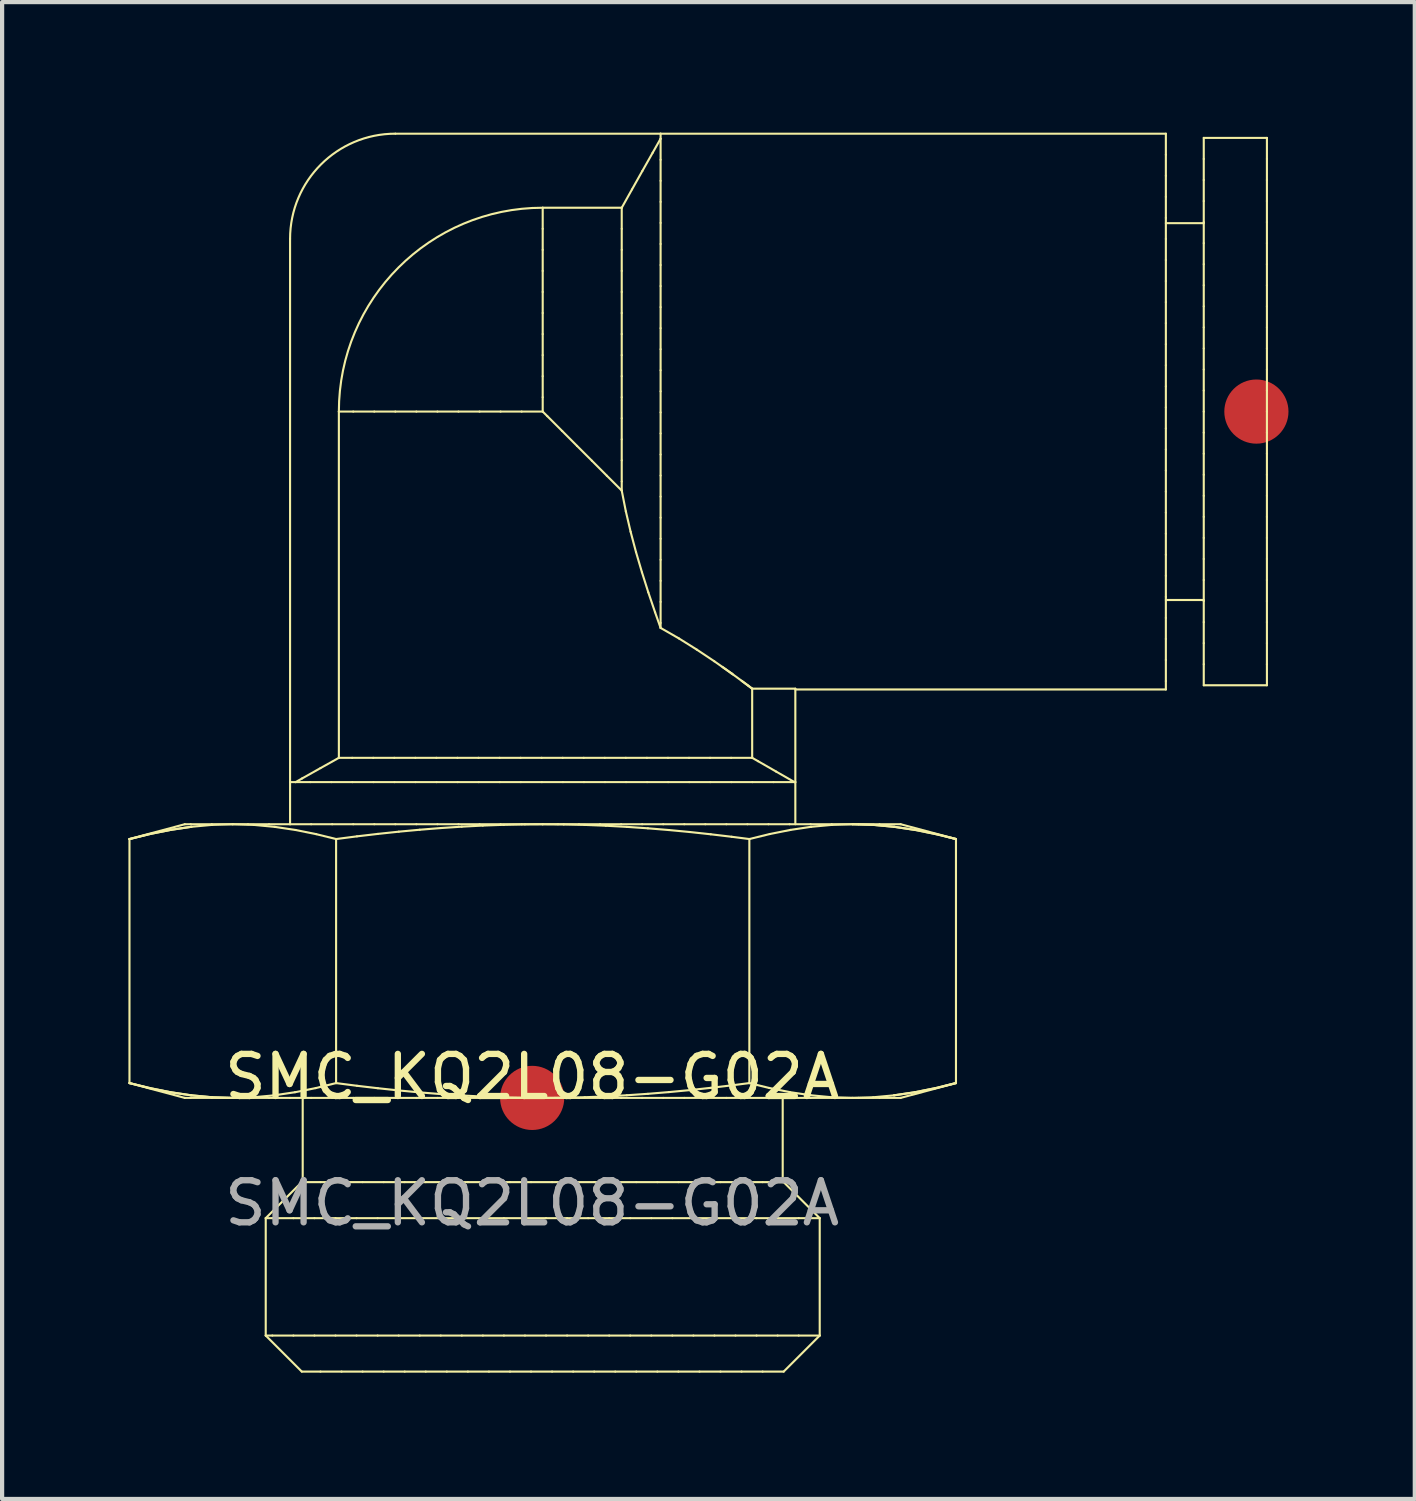
<source format=kicad_pcb>
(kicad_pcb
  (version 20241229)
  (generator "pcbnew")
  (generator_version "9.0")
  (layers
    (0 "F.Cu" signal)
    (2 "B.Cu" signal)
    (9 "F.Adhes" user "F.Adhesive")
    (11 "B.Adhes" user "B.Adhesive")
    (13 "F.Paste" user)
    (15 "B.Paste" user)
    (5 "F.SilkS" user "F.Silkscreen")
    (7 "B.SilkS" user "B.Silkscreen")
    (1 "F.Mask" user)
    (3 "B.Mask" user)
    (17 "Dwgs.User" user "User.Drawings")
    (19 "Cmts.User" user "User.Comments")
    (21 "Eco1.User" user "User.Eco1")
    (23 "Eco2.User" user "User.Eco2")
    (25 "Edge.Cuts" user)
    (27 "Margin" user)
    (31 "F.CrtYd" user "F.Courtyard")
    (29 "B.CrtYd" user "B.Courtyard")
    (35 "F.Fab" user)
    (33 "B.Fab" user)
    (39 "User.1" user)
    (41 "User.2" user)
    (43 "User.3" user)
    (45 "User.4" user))
  (footprint "SMC_KQ2L08-G02A"
    (layer "F.Cu")
    (at 9.589 23.025)
    (property "Reference" "SMC_KQ2L08-G02A" (at 0 -0.5 0) (unlocked yes) (layer "F.SilkS") (effects (font (size 1 1) (thickness 0.15))))
    (fp_line (start -9.564 -6.148) (end -9.564 -0.352) (stroke (width 0.05) (type solid)) (layer "F.SilkS"))
    (fp_line (start -9.564 -6.148) (end -9.079 -6.267) (stroke (width 0.05) (type solid)) (layer "F.SilkS"))
    (fp_line (start -9.564 -0.352) (end -9.079 -0.233) (stroke (width 0.05) (type solid)) (layer "F.SilkS"))
    (fp_line (start -9.562 -6.148) (end -9.564 -6.148) (stroke (width 0.05) (type solid)) (layer "F.SilkS"))
    (fp_line (start -9.093 -0.236) (end -9.564 -0.352) (stroke (width 0.05) (type solid)) (layer "F.SilkS"))
    (fp_line (start -9.079 -6.267) (end -8.589 -6.365) (stroke (width 0.05) (type solid)) (layer "F.SilkS"))
    (fp_line (start -9.079 -0.233) (end -8.589 -0.135) (stroke (width 0.05) (type solid)) (layer "F.SilkS"))
    (fp_line (start -9.077 -6.268) (end -9.562 -6.148) (stroke (width 0.05) (type solid)) (layer "F.SilkS"))
    (fp_line (start -8.603 -0.137) (end -9.093 -0.236) (stroke (width 0.05) (type solid)) (layer "F.SilkS"))
    (fp_line (start -8.589 -6.365) (end -8.094 -6.439) (stroke (width 0.05) (type solid)) (layer "F.SilkS"))
    (fp_line (start -8.589 -0.135) (end -8.094 -0.061) (stroke (width 0.05) (type solid)) (layer "F.SilkS"))
    (fp_line (start -8.587 -6.366) (end -9.077 -6.268) (stroke (width 0.05) (type solid)) (layer "F.SilkS"))
    (fp_line (start -8.25 -6.5) (end -9.564 -6.148) (stroke (width 0.05) (type solid)) (layer "F.SilkS"))
    (fp_line (start -8.25 0) (end -9.564 -0.352) (stroke (width 0.05) (type solid)) (layer "F.SilkS"))
    (fp_line (start -8.111 -6.5) (end -8.25 -6.5) (stroke (width 0.05) (type solid)) (layer "F.SilkS"))
    (fp_line (start -8.111 0) (end -8.25 0) (stroke (width 0.05) (type solid)) (layer "F.SilkS"))
    (fp_line (start -8.108 -0.063) (end -8.603 -0.137) (stroke (width 0.05) (type solid)) (layer "F.SilkS"))
    (fp_line (start -8.094 -6.439) (end -7.596 -6.485) (stroke (width 0.05) (type solid)) (layer "F.SilkS"))
    (fp_line (start -8.094 -0.061) (end -7.596 -0.015) (stroke (width 0.05) (type solid)) (layer "F.SilkS"))
    (fp_line (start -8.092 -6.439) (end -8.587 -6.366) (stroke (width 0.05) (type solid)) (layer "F.SilkS"))
    (fp_line (start -7.611 -6.5) (end -8.111 -6.5) (stroke (width 0.05) (type solid)) (layer "F.SilkS"))
    (fp_line (start -7.611 0) (end -8.111 0) (stroke (width 0.05) (type solid)) (layer "F.SilkS"))
    (fp_line (start -7.61 -0.016) (end -8.108 -0.063) (stroke (width 0.05) (type solid)) (layer "F.SilkS"))
    (fp_line (start -7.596 -6.485) (end -7.111 -6.5) (stroke (width 0.05) (type solid)) (layer "F.SilkS"))
    (fp_line (start -7.596 -0.015) (end -7.111 0) (stroke (width 0.05) (type solid)) (layer "F.SilkS"))
    (fp_line (start -7.111 -6.5) (end -7.611 -6.5) (stroke (width 0.05) (type solid)) (layer "F.SilkS"))
    (fp_line (start -7.111 -6.5) (end -6.611 -6.484) (stroke (width 0.05) (type solid)) (layer "F.SilkS"))
    (fp_line (start -7.111 0) (end -7.611 0) (stroke (width 0.05) (type solid)) (layer "F.SilkS"))
    (fp_line (start -7.111 0) (end -7.61 -0.016) (stroke (width 0.05) (type solid)) (layer "F.SilkS"))
    (fp_line (start -6.75 -6.5) (end -7.111 -6.5) (stroke (width 0.05) (type solid)) (layer "F.SilkS"))
    (fp_line (start -6.75 0) (end -7.111 0) (stroke (width 0.05) (type solid)) (layer "F.SilkS"))
    (fp_line (start -6.625 -0.015) (end -7.111 0) (stroke (width 0.05) (type solid)) (layer "F.SilkS"))
    (fp_line (start -6.611 -6.484) (end -6.113 -6.437) (stroke (width 0.05) (type solid)) (layer "F.SilkS"))
    (fp_line (start -6.328 5.644) (end -6.328 2.856) (stroke (width 0.05) (type solid)) (layer "F.SilkS"))
    (fp_line (start -6.25 -6.5) (end -6.75 -6.5) (stroke (width 0.05) (type solid)) (layer "F.SilkS"))
    (fp_line (start -6.25 0) (end -6.75 0) (stroke (width 0.05) (type solid)) (layer "F.SilkS"))
    (fp_line (start -6.171 2.856) (end -6.328 2.856) (stroke (width 0.05) (type solid)) (layer "F.SilkS"))
    (fp_line (start -6.171 5.644) (end -6.328 5.644) (stroke (width 0.05) (type solid)) (layer "F.SilkS"))
    (fp_line (start -6.127 -0.061) (end -6.625 -0.015) (stroke (width 0.05) (type solid)) (layer "F.SilkS"))
    (fp_line (start -6.113 -6.437) (end -5.619 -6.363) (stroke (width 0.05) (type solid)) (layer "F.SilkS"))
    (fp_line (start -5.75 -20.4) (end -5.75 -7.5) (stroke (width 0.05) (type solid)) (layer "F.SilkS"))
    (fp_line (start -5.75 -7.5) (end -5.618 -7.5) (stroke (width 0.05) (type solid)) (layer "F.SilkS"))
    (fp_line (start -5.75 -6.5) (end -6.25 -6.5) (stroke (width 0.05) (type solid)) (layer "F.SilkS"))
    (fp_line (start -5.75 -6.5) (end -5.75 -7.5) (stroke (width 0.05) (type solid)) (layer "F.SilkS"))
    (fp_line (start -5.75 0) (end -6.25 0) (stroke (width 0.05) (type solid)) (layer "F.SilkS"))
    (fp_line (start -5.671 2.856) (end -6.171 2.856) (stroke (width 0.05) (type solid)) (layer "F.SilkS"))
    (fp_line (start -5.671 5.644) (end -6.171 5.644) (stroke (width 0.05) (type solid)) (layer "F.SilkS"))
    (fp_line (start -5.633 -0.135) (end -6.127 -0.061) (stroke (width 0.05) (type solid)) (layer "F.SilkS"))
    (fp_line (start -5.619 -6.363) (end -5.129 -6.264) (stroke (width 0.05) (type solid)) (layer "F.SilkS"))
    (fp_line (start -5.472 2) (end -6.328 2.856) (stroke (width 0.05) (type solid)) (layer "F.SilkS"))
    (fp_line (start -5.472 6.5) (end -6.328 5.644) (stroke (width 0.05) (type solid)) (layer "F.SilkS"))
    (fp_line (start -5.463 -7.588) (end -5.618 -7.5) (stroke (width 0.05) (type solid)) (layer "F.SilkS"))
    (fp_line (start -5.45 2) (end -5.45 0) (stroke (width 0.05) (type solid)) (layer "F.SilkS"))
    (fp_line (start -5.27 -7.5) (end -5.618 -7.5) (stroke (width 0.05) (type solid)) (layer "F.SilkS"))
    (fp_line (start -5.25 -6.5) (end -5.75 -6.5) (stroke (width 0.05) (type solid)) (layer "F.SilkS"))
    (fp_line (start -5.25 0) (end -5.75 0) (stroke (width 0.05) (type solid)) (layer "F.SilkS"))
    (fp_line (start -5.171 2.856) (end -5.671 2.856) (stroke (width 0.05) (type solid)) (layer "F.SilkS"))
    (fp_line (start -5.171 5.644) (end -5.671 5.644) (stroke (width 0.05) (type solid)) (layer "F.SilkS"))
    (fp_line (start -5.142 -0.233) (end -5.633 -0.135) (stroke (width 0.05) (type solid)) (layer "F.SilkS"))
    (fp_line (start -5.129 -6.264) (end -4.657 -6.148) (stroke (width 0.05) (type solid)) (layer "F.SilkS"))
    (fp_line (start -5.027 -7.833) (end -5.463 -7.588) (stroke (width 0.05) (type solid)) (layer "F.SilkS"))
    (fp_line (start -5.027 2) (end -5.472 2) (stroke (width 0.05) (type solid)) (layer "F.SilkS"))
    (fp_line (start -5.027 6.5) (end -5.472 6.5) (stroke (width 0.05) (type solid)) (layer "F.SilkS"))
    (fp_line (start -4.77 -7.5) (end -5.27 -7.5) (stroke (width 0.05) (type solid)) (layer "F.SilkS"))
    (fp_line (start -4.75 -6.5) (end -5.25 -6.5) (stroke (width 0.05) (type solid)) (layer "F.SilkS"))
    (fp_line (start -4.75 0) (end -5.25 0) (stroke (width 0.05) (type solid)) (layer "F.SilkS"))
    (fp_line (start -4.671 2.856) (end -5.171 2.856) (stroke (width 0.05) (type solid)) (layer "F.SilkS"))
    (fp_line (start -4.671 5.644) (end -5.171 5.644) (stroke (width 0.05) (type solid)) (layer "F.SilkS"))
    (fp_line (start -4.657 -6.148) (end -4.657 -0.352) (stroke (width 0.05) (type solid)) (layer "F.SilkS"))
    (fp_line (start -4.657 -6.148) (end -4.161 -6.212) (stroke (width 0.05) (type solid)) (layer "F.SilkS"))
    (fp_line (start -4.657 -0.352) (end -5.142 -0.233) (stroke (width 0.05) (type solid)) (layer "F.SilkS"))
    (fp_line (start -4.657 -0.352) (end -4.161 -0.288) (stroke (width 0.05) (type solid)) (layer "F.SilkS"))
    (fp_line (start -4.591 -16.3) (end -4.591 -8.077) (stroke (width 0.05) (type solid)) (layer "F.SilkS"))
    (fp_line (start -4.591 -8.077) (end -5.027 -7.833) (stroke (width 0.05) (type solid)) (layer "F.SilkS"))
    (fp_line (start -4.527 2) (end -5.027 2) (stroke (width 0.05) (type solid)) (layer "F.SilkS"))
    (fp_line (start -4.527 6.5) (end -5.027 6.5) (stroke (width 0.05) (type solid)) (layer "F.SilkS"))
    (fp_line (start -4.275 -8.077) (end -4.591 -8.077) (stroke (width 0.05) (type solid)) (layer "F.SilkS"))
    (fp_line (start -4.27 -7.5) (end -4.77 -7.5) (stroke (width 0.05) (type solid)) (layer "F.SilkS"))
    (fp_line (start -4.25 -16.3) (end -4.591 -16.3) (stroke (width 0.05) (type solid)) (layer "F.SilkS"))
    (fp_line (start -4.25 -6.5) (end -4.75 -6.5) (stroke (width 0.05) (type solid)) (layer "F.SilkS"))
    (fp_line (start -4.25 0) (end -4.75 0) (stroke (width 0.05) (type solid)) (layer "F.SilkS"))
    (fp_line (start -4.171 2.856) (end -4.671 2.856) (stroke (width 0.05) (type solid)) (layer "F.SilkS"))
    (fp_line (start -4.171 5.644) (end -4.671 5.644) (stroke (width 0.05) (type solid)) (layer "F.SilkS"))
    (fp_line (start -4.161 -6.212) (end -3.665 -6.27) (stroke (width 0.05) (type solid)) (layer "F.SilkS"))
    (fp_line (start -4.161 -0.288) (end -3.665 -0.23) (stroke (width 0.05) (type solid)) (layer "F.SilkS"))
    (fp_line (start -4.027 2) (end -4.527 2) (stroke (width 0.05) (type solid)) (layer "F.SilkS"))
    (fp_line (start -4.027 6.5) (end -4.527 6.5) (stroke (width 0.05) (type solid)) (layer "F.SilkS"))
    (fp_line (start -3.775 -8.077) (end -4.275 -8.077) (stroke (width 0.05) (type solid)) (layer "F.SilkS"))
    (fp_line (start -3.77 -7.5) (end -4.27 -7.5) (stroke (width 0.05) (type solid)) (layer "F.SilkS"))
    (fp_line (start -3.75 -16.3) (end -4.25 -16.3) (stroke (width 0.05) (type solid)) (layer "F.SilkS"))
    (fp_line (start -3.75 -6.5) (end -4.25 -6.5) (stroke (width 0.05) (type solid)) (layer "F.SilkS"))
    (fp_line (start -3.75 0) (end -4.25 0) (stroke (width 0.05) (type solid)) (layer "F.SilkS"))
    (fp_line (start -3.671 2.856) (end -4.171 2.856) (stroke (width 0.05) (type solid)) (layer "F.SilkS"))
    (fp_line (start -3.671 5.644) (end -4.171 5.644) (stroke (width 0.05) (type solid)) (layer "F.SilkS"))
    (fp_line (start -3.665 -6.27) (end -3.167 -6.323) (stroke (width 0.05) (type solid)) (layer "F.SilkS"))
    (fp_line (start -3.665 -0.23) (end -3.167 -0.177) (stroke (width 0.05) (type solid)) (layer "F.SilkS"))
    (fp_line (start -3.527 2) (end -4.027 2) (stroke (width 0.05) (type solid)) (layer "F.SilkS"))
    (fp_line (start -3.527 6.5) (end -4.027 6.5) (stroke (width 0.05) (type solid)) (layer "F.SilkS"))
    (fp_line (start -3.275 -8.077) (end -3.775 -8.077) (stroke (width 0.05) (type solid)) (layer "F.SilkS"))
    (fp_line (start -3.27 -7.5) (end -3.77 -7.5) (stroke (width 0.05) (type solid)) (layer "F.SilkS"))
    (fp_line (start -3.25 -16.3) (end -3.75 -16.3) (stroke (width 0.05) (type solid)) (layer "F.SilkS"))
    (fp_line (start -3.25 -6.5) (end -3.75 -6.5) (stroke (width 0.05) (type solid)) (layer "F.SilkS"))
    (fp_line (start -3.25 0) (end -3.75 0) (stroke (width 0.05) (type solid)) (layer "F.SilkS"))
    (fp_line (start -3.171 2.856) (end -3.671 2.856) (stroke (width 0.05) (type solid)) (layer "F.SilkS"))
    (fp_line (start -3.171 5.644) (end -3.671 5.644) (stroke (width 0.05) (type solid)) (layer "F.SilkS"))
    (fp_line (start -3.167 -6.323) (end -2.67 -6.369) (stroke (width 0.05) (type solid)) (layer "F.SilkS"))
    (fp_line (start -3.167 -0.177) (end -2.67 -0.131) (stroke (width 0.05) (type solid)) (layer "F.SilkS"))
    (fp_line (start -3.027 2) (end -3.527 2) (stroke (width 0.05) (type solid)) (layer "F.SilkS"))
    (fp_line (start -3.027 6.5) (end -3.527 6.5) (stroke (width 0.05) (type solid)) (layer "F.SilkS"))
    (fp_line (start -2.775 -8.077) (end -3.275 -8.077) (stroke (width 0.05) (type solid)) (layer "F.SilkS"))
    (fp_line (start -2.77 -7.5) (end -3.27 -7.5) (stroke (width 0.05) (type solid)) (layer "F.SilkS"))
    (fp_line (start -2.75 -16.3) (end -3.25 -16.3) (stroke (width 0.05) (type solid)) (layer "F.SilkS"))
    (fp_line (start -2.75 -6.5) (end -3.25 -6.5) (stroke (width 0.05) (type solid)) (layer "F.SilkS"))
    (fp_line (start -2.75 0) (end -3.25 0) (stroke (width 0.05) (type solid)) (layer "F.SilkS"))
    (fp_line (start -2.671 2.856) (end -3.171 2.856) (stroke (width 0.05) (type solid)) (layer "F.SilkS"))
    (fp_line (start -2.671 5.644) (end -3.171 5.644) (stroke (width 0.05) (type solid)) (layer "F.SilkS"))
    (fp_line (start -2.67 -6.369) (end -2.171 -6.409) (stroke (width 0.05) (type solid)) (layer "F.SilkS"))
    (fp_line (start -2.67 -0.131) (end -2.171 -0.091) (stroke (width 0.05) (type solid)) (layer "F.SilkS"))
    (fp_line (start -2.527 2) (end -3.027 2) (stroke (width 0.05) (type solid)) (layer "F.SilkS"))
    (fp_line (start -2.527 6.5) (end -3.027 6.5) (stroke (width 0.05) (type solid)) (layer "F.SilkS"))
    (fp_line (start -2.275 -8.077) (end -2.775 -8.077) (stroke (width 0.05) (type solid)) (layer "F.SilkS"))
    (fp_line (start -2.27 -7.5) (end -2.77 -7.5) (stroke (width 0.05) (type solid)) (layer "F.SilkS"))
    (fp_line (start -2.25 -16.3) (end -2.75 -16.3) (stroke (width 0.05) (type solid)) (layer "F.SilkS"))
    (fp_line (start -2.25 -6.5) (end -2.75 -6.5) (stroke (width 0.05) (type solid)) (layer "F.SilkS"))
    (fp_line (start -2.25 0) (end -2.75 0) (stroke (width 0.05) (type solid)) (layer "F.SilkS"))
    (fp_line (start -2.171 -6.409) (end -1.672 -6.442) (stroke (width 0.05) (type solid)) (layer "F.SilkS"))
    (fp_line (start -2.171 -0.091) (end -1.672 -0.058) (stroke (width 0.05) (type solid)) (layer "F.SilkS"))
    (fp_line (start -2.171 2.856) (end -2.671 2.856) (stroke (width 0.05) (type solid)) (layer "F.SilkS"))
    (fp_line (start -2.171 5.644) (end -2.671 5.644) (stroke (width 0.05) (type solid)) (layer "F.SilkS"))
    (fp_line (start -2.027 2) (end -2.527 2) (stroke (width 0.05) (type solid)) (layer "F.SilkS"))
    (fp_line (start -2.027 6.5) (end -2.527 6.5) (stroke (width 0.05) (type solid)) (layer "F.SilkS"))
    (fp_line (start -1.775 -8.077) (end -2.275 -8.077) (stroke (width 0.05) (type solid)) (layer "F.SilkS"))
    (fp_line (start -1.77 -7.5) (end -2.27 -7.5) (stroke (width 0.05) (type solid)) (layer "F.SilkS"))
    (fp_line (start -1.75 -16.3) (end -2.25 -16.3) (stroke (width 0.05) (type solid)) (layer "F.SilkS"))
    (fp_line (start -1.75 -6.5) (end -2.25 -6.5) (stroke (width 0.05) (type solid)) (layer "F.SilkS"))
    (fp_line (start -1.75 0) (end -2.25 0) (stroke (width 0.05) (type solid)) (layer "F.SilkS"))
    (fp_line (start -1.672 -6.442) (end -1.173 -6.468) (stroke (width 0.05) (type solid)) (layer "F.SilkS"))
    (fp_line (start -1.672 -0.058) (end -1.173 -0.032) (stroke (width 0.05) (type solid)) (layer "F.SilkS"))
    (fp_line (start -1.671 2.856) (end -2.171 2.856) (stroke (width 0.05) (type solid)) (layer "F.SilkS"))
    (fp_line (start -1.671 5.644) (end -2.171 5.644) (stroke (width 0.05) (type solid)) (layer "F.SilkS"))
    (fp_line (start -1.527 2) (end -2.027 2) (stroke (width 0.05) (type solid)) (layer "F.SilkS"))
    (fp_line (start -1.527 6.5) (end -2.027 6.5) (stroke (width 0.05) (type solid)) (layer "F.SilkS"))
    (fp_line (start -1.275 -8.077) (end -1.775 -8.077) (stroke (width 0.05) (type solid)) (layer "F.SilkS"))
    (fp_line (start -1.27 -7.5) (end -1.77 -7.5) (stroke (width 0.05) (type solid)) (layer "F.SilkS"))
    (fp_line (start -1.25 -16.3) (end -1.75 -16.3) (stroke (width 0.05) (type solid)) (layer "F.SilkS"))
    (fp_line (start -1.25 -6.5) (end -1.75 -6.5) (stroke (width 0.05) (type solid)) (layer "F.SilkS"))
    (fp_line (start -1.25 0) (end -1.75 0) (stroke (width 0.05) (type solid)) (layer "F.SilkS"))
    (fp_line (start -1.173 -6.468) (end -0.673 -6.486) (stroke (width 0.05) (type solid)) (layer "F.SilkS"))
    (fp_line (start -1.173 -0.032) (end -0.673 -0.013) (stroke (width 0.05) (type solid)) (layer "F.SilkS"))
    (fp_line (start -1.171 2.856) (end -1.671 2.856) (stroke (width 0.05) (type solid)) (layer "F.SilkS"))
    (fp_line (start -1.171 5.644) (end -1.671 5.644) (stroke (width 0.05) (type solid)) (layer "F.SilkS"))
    (fp_line (start -1.027 2) (end -1.527 2) (stroke (width 0.05) (type solid)) (layer "F.SilkS"))
    (fp_line (start -1.027 6.5) (end -1.527 6.5) (stroke (width 0.05) (type solid)) (layer "F.SilkS"))
    (fp_line (start -0.775 -8.077) (end -1.275 -8.077) (stroke (width 0.05) (type solid)) (layer "F.SilkS"))
    (fp_line (start -0.77 -7.5) (end -1.27 -7.5) (stroke (width 0.05) (type solid)) (layer "F.SilkS"))
    (fp_line (start -0.75 -16.3) (end -1.25 -16.3) (stroke (width 0.05) (type solid)) (layer "F.SilkS"))
    (fp_line (start -0.75 -6.5) (end -1.25 -6.5) (stroke (width 0.05) (type solid)) (layer "F.SilkS"))
    (fp_line (start -0.75 0) (end -1.25 0) (stroke (width 0.05) (type solid)) (layer "F.SilkS"))
    (fp_line (start -0.673 -6.486) (end -0.173 -6.497) (stroke (width 0.05) (type solid)) (layer "F.SilkS"))
    (fp_line (start -0.673 -0.013) (end -0.173 -0.003) (stroke (width 0.05) (type solid)) (layer "F.SilkS"))
    (fp_line (start -0.671 2.856) (end -1.171 2.856) (stroke (width 0.05) (type solid)) (layer "F.SilkS"))
    (fp_line (start -0.671 5.644) (end -1.171 5.644) (stroke (width 0.05) (type solid)) (layer "F.SilkS"))
    (fp_line (start -0.527 2) (end -1.027 2) (stroke (width 0.05) (type solid)) (layer "F.SilkS"))
    (fp_line (start -0.527 6.5) (end -1.027 6.5) (stroke (width 0.05) (type solid)) (layer "F.SilkS"))
    (fp_line (start -0.275 -8.077) (end -0.775 -8.077) (stroke (width 0.05) (type solid)) (layer "F.SilkS"))
    (fp_line (start -0.27 -7.5) (end -0.77 -7.5) (stroke (width 0.05) (type solid)) (layer "F.SilkS"))
    (fp_line (start -0.25 -16.3) (end -0.75 -16.3) (stroke (width 0.05) (type solid)) (layer "F.SilkS"))
    (fp_line (start -0.25 -6.5) (end -0.75 -6.5) (stroke (width 0.05) (type solid)) (layer "F.SilkS"))
    (fp_line (start -0.25 0) (end -0.75 0) (stroke (width 0.05) (type solid)) (layer "F.SilkS"))
    (fp_line (start -0.173 -6.497) (end 0.25 -6.5) (stroke (width 0.05) (type solid)) (layer "F.SilkS"))
    (fp_line (start -0.173 -0.003) (end 0.25 0) (stroke (width 0.05) (type solid)) (layer "F.SilkS"))
    (fp_line (start -0.171 2.856) (end -0.671 2.856) (stroke (width 0.05) (type solid)) (layer "F.SilkS"))
    (fp_line (start -0.171 5.644) (end -0.671 5.644) (stroke (width 0.05) (type solid)) (layer "F.SilkS"))
    (fp_line (start -0.027 2) (end -0.527 2) (stroke (width 0.05) (type solid)) (layer "F.SilkS"))
    (fp_line (start -0.027 6.5) (end -0.527 6.5) (stroke (width 0.05) (type solid)) (layer "F.SilkS"))
    (fp_line (start 0.225 -8.077) (end -0.275 -8.077) (stroke (width 0.05) (type solid)) (layer "F.SilkS"))
    (fp_line (start 0.23 -7.5) (end -0.27 -7.5) (stroke (width 0.05) (type solid)) (layer "F.SilkS"))
    (fp_line (start 0.25 -21.141) (end 0.25 -20.641) (stroke (width 0.05) (type solid)) (layer "F.SilkS"))
    (fp_line (start 0.25 -21.141) (end 2.127 -21.141) (stroke (width 0.05) (type solid)) (layer "F.SilkS"))
    (fp_line (start 0.25 -20.641) (end 0.25 -20.141) (stroke (width 0.05) (type solid)) (layer "F.SilkS"))
    (fp_line (start 0.25 -20.141) (end 0.25 -19.641) (stroke (width 0.05) (type solid)) (layer "F.SilkS"))
    (fp_line (start 0.25 -19.641) (end 0.25 -19.141) (stroke (width 0.05) (type solid)) (layer "F.SilkS"))
    (fp_line (start 0.25 -19.141) (end 0.25 -18.641) (stroke (width 0.05) (type solid)) (layer "F.SilkS"))
    (fp_line (start 0.25 -18.641) (end 0.25 -18.141) (stroke (width 0.05) (type solid)) (layer "F.SilkS"))
    (fp_line (start 0.25 -18.141) (end 0.25 -17.641) (stroke (width 0.05) (type solid)) (layer "F.SilkS"))
    (fp_line (start 0.25 -17.641) (end 0.25 -17.141) (stroke (width 0.05) (type solid)) (layer "F.SilkS"))
    (fp_line (start 0.25 -17.141) (end 0.25 -16.641) (stroke (width 0.05) (type solid)) (layer "F.SilkS"))
    (fp_line (start 0.25 -16.641) (end 0.25 -16.3) (stroke (width 0.05) (type solid)) (layer "F.SilkS"))
    (fp_line (start 0.25 -16.3) (end -0.25 -16.3) (stroke (width 0.05) (type solid)) (layer "F.SilkS"))
    (fp_line (start 0.25 -6.5) (end -0.25 -6.5) (stroke (width 0.05) (type solid)) (layer "F.SilkS"))
    (fp_line (start 0.25 -6.5) (end 0.75 -6.496) (stroke (width 0.05) (type solid)) (layer "F.SilkS"))
    (fp_line (start 0.25 0) (end -0.25 0) (stroke (width 0.05) (type solid)) (layer "F.SilkS"))
    (fp_line (start 0.25 0) (end 0.75 -0.004) (stroke (width 0.05) (type solid)) (layer "F.SilkS"))
    (fp_line (start 0.329 2.856) (end -0.171 2.856) (stroke (width 0.05) (type solid)) (layer "F.SilkS"))
    (fp_line (start 0.329 5.644) (end -0.171 5.644) (stroke (width 0.05) (type solid)) (layer "F.SilkS"))
    (fp_line (start 0.359 -16.192) (end 0.25 -16.3) (stroke (width 0.05) (type solid)) (layer "F.SilkS"))
    (fp_line (start 0.473 2) (end -0.027 2) (stroke (width 0.05) (type solid)) (layer "F.SilkS"))
    (fp_line (start 0.473 6.5) (end -0.027 6.5) (stroke (width 0.05) (type solid)) (layer "F.SilkS"))
    (fp_line (start 0.612 -6.5) (end 0.25 -6.5) (stroke (width 0.05) (type solid)) (layer "F.SilkS"))
    (fp_line (start 0.612 0) (end 0.25 0) (stroke (width 0.05) (type solid)) (layer "F.SilkS"))
    (fp_line (start 0.713 -15.838) (end 0.359 -16.192) (stroke (width 0.05) (type solid)) (layer "F.SilkS"))
    (fp_line (start 0.725 -8.077) (end 0.225 -8.077) (stroke (width 0.05) (type solid)) (layer "F.SilkS"))
    (fp_line (start 0.73 -7.5) (end 0.23 -7.5) (stroke (width 0.05) (type solid)) (layer "F.SilkS"))
    (fp_line (start 0.75 -6.496) (end 1.25 -6.484) (stroke (width 0.05) (type solid)) (layer "F.SilkS"))
    (fp_line (start 0.75 -0.004) (end 1.25 -0.016) (stroke (width 0.05) (type solid)) (layer "F.SilkS"))
    (fp_line (start 0.829 2.856) (end 0.329 2.856) (stroke (width 0.05) (type solid)) (layer "F.SilkS"))
    (fp_line (start 0.829 5.644) (end 0.329 5.644) (stroke (width 0.05) (type solid)) (layer "F.SilkS"))
    (fp_line (start 0.973 2) (end 0.473 2) (stroke (width 0.05) (type solid)) (layer "F.SilkS"))
    (fp_line (start 0.973 6.5) (end 0.473 6.5) (stroke (width 0.05) (type solid)) (layer "F.SilkS"))
    (fp_line (start 1.066 -15.484) (end 0.713 -15.838) (stroke (width 0.05) (type solid)) (layer "F.SilkS"))
    (fp_line (start 1.112 -6.5) (end 0.612 -6.5) (stroke (width 0.05) (type solid)) (layer "F.SilkS"))
    (fp_line (start 1.112 0) (end 0.612 0) (stroke (width 0.05) (type solid)) (layer "F.SilkS"))
    (fp_line (start 1.225 -8.077) (end 0.725 -8.077) (stroke (width 0.05) (type solid)) (layer "F.SilkS"))
    (fp_line (start 1.23 -7.5) (end 0.73 -7.5) (stroke (width 0.05) (type solid)) (layer "F.SilkS"))
    (fp_line (start 1.25 -6.484) (end 1.75 -6.464) (stroke (width 0.05) (type solid)) (layer "F.SilkS"))
    (fp_line (start 1.25 -0.016) (end 1.75 -0.036) (stroke (width 0.05) (type solid)) (layer "F.SilkS"))
    (fp_line (start 1.329 2.856) (end 0.829 2.856) (stroke (width 0.05) (type solid)) (layer "F.SilkS"))
    (fp_line (start 1.329 5.644) (end 0.829 5.644) (stroke (width 0.05) (type solid)) (layer "F.SilkS"))
    (fp_line (start 1.42 -15.131) (end 1.066 -15.484) (stroke (width 0.05) (type solid)) (layer "F.SilkS"))
    (fp_line (start 1.473 2) (end 0.973 2) (stroke (width 0.05) (type solid)) (layer "F.SilkS"))
    (fp_line (start 1.473 6.5) (end 0.973 6.5) (stroke (width 0.05) (type solid)) (layer "F.SilkS"))
    (fp_line (start 1.612 -6.5) (end 1.112 -6.5) (stroke (width 0.05) (type solid)) (layer "F.SilkS"))
    (fp_line (start 1.612 0) (end 1.112 0) (stroke (width 0.05) (type solid)) (layer "F.SilkS"))
    (fp_line (start 1.725 -8.077) (end 1.225 -8.077) (stroke (width 0.05) (type solid)) (layer "F.SilkS"))
    (fp_line (start 1.73 -7.5) (end 1.23 -7.5) (stroke (width 0.05) (type solid)) (layer "F.SilkS"))
    (fp_line (start 1.75 -6.464) (end 2.249 -6.437) (stroke (width 0.05) (type solid)) (layer "F.SilkS"))
    (fp_line (start 1.75 -0.036) (end 2.249 -0.063) (stroke (width 0.05) (type solid)) (layer "F.SilkS"))
    (fp_line (start 1.773 -14.777) (end 1.42 -15.131) (stroke (width 0.05) (type solid)) (layer "F.SilkS"))
    (fp_line (start 1.829 2.856) (end 1.329 2.856) (stroke (width 0.05) (type solid)) (layer "F.SilkS"))
    (fp_line (start 1.829 5.644) (end 1.329 5.644) (stroke (width 0.05) (type solid)) (layer "F.SilkS"))
    (fp_line (start 1.973 2) (end 1.473 2) (stroke (width 0.05) (type solid)) (layer "F.SilkS"))
    (fp_line (start 1.973 6.5) (end 1.473 6.5) (stroke (width 0.05) (type solid)) (layer "F.SilkS"))
    (fp_line (start 2.112 -6.5) (end 1.612 -6.5) (stroke (width 0.05) (type solid)) (layer "F.SilkS"))
    (fp_line (start 2.112 0) (end 1.612 0) (stroke (width 0.05) (type solid)) (layer "F.SilkS"))
    (fp_line (start 2.127 -21.141) (end 2.127 -20.641) (stroke (width 0.05) (type solid)) (layer "F.SilkS"))
    (fp_line (start 2.127 -21.141) (end 2.371 -21.577) (stroke (width 0.05) (type solid)) (layer "F.SilkS"))
    (fp_line (start 2.127 -20.641) (end 2.127 -20.141) (stroke (width 0.05) (type solid)) (layer "F.SilkS"))
    (fp_line (start 2.127 -20.141) (end 2.127 -19.641) (stroke (width 0.05) (type solid)) (layer "F.SilkS"))
    (fp_line (start 2.127 -19.641) (end 2.127 -19.141) (stroke (width 0.05) (type solid)) (layer "F.SilkS"))
    (fp_line (start 2.127 -19.141) (end 2.127 -18.641) (stroke (width 0.05) (type solid)) (layer "F.SilkS"))
    (fp_line (start 2.127 -18.641) (end 2.127 -18.141) (stroke (width 0.05) (type solid)) (layer "F.SilkS"))
    (fp_line (start 2.127 -18.141) (end 2.127 -17.641) (stroke (width 0.05) (type solid)) (layer "F.SilkS"))
    (fp_line (start 2.127 -17.641) (end 2.127 -17.141) (stroke (width 0.05) (type solid)) (layer "F.SilkS"))
    (fp_line (start 2.127 -17.141) (end 2.127 -16.641) (stroke (width 0.05) (type solid)) (layer "F.SilkS"))
    (fp_line (start 2.127 -16.641) (end 2.127 -16.141) (stroke (width 0.05) (type solid)) (layer "F.SilkS"))
    (fp_line (start 2.127 -16.141) (end 2.127 -15.641) (stroke (width 0.05) (type solid)) (layer "F.SilkS"))
    (fp_line (start 2.127 -15.641) (end 2.127 -15.141) (stroke (width 0.05) (type solid)) (layer "F.SilkS"))
    (fp_line (start 2.127 -15.141) (end 2.127 -14.641) (stroke (width 0.05) (type solid)) (layer "F.SilkS"))
    (fp_line (start 2.127 -14.641) (end 2.127 -14.424) (stroke (width 0.05) (type solid)) (layer "F.SilkS"))
    (fp_line (start 2.127 -14.424) (end 1.773 -14.777) (stroke (width 0.05) (type solid)) (layer "F.SilkS"))
    (fp_line (start 2.127 -14.424) (end 2.224 -13.933) (stroke (width 0.05) (type solid)) (layer "F.SilkS"))
    (fp_line (start 2.224 -13.933) (end 2.338 -13.446) (stroke (width 0.05) (type solid)) (layer "F.SilkS"))
    (fp_line (start 2.225 -8.077) (end 1.725 -8.077) (stroke (width 0.05) (type solid)) (layer "F.SilkS"))
    (fp_line (start 2.23 -7.5) (end 1.73 -7.5) (stroke (width 0.05) (type solid)) (layer "F.SilkS"))
    (fp_line (start 2.249 -6.437) (end 2.748 -6.403) (stroke (width 0.05) (type solid)) (layer "F.SilkS"))
    (fp_line (start 2.249 -0.063) (end 2.748 -0.097) (stroke (width 0.05) (type solid)) (layer "F.SilkS"))
    (fp_line (start 2.329 2.856) (end 1.829 2.856) (stroke (width 0.05) (type solid)) (layer "F.SilkS"))
    (fp_line (start 2.329 5.644) (end 1.829 5.644) (stroke (width 0.05) (type solid)) (layer "F.SilkS"))
    (fp_line (start 2.338 -13.446) (end 2.466 -12.963) (stroke (width 0.05) (type solid)) (layer "F.SilkS"))
    (fp_line (start 2.371 -21.577) (end 2.616 -22.013) (stroke (width 0.05) (type solid)) (layer "F.SilkS"))
    (fp_line (start 2.466 -12.963) (end 2.607 -12.484) (stroke (width 0.05) (type solid)) (layer "F.SilkS"))
    (fp_line (start 2.473 2) (end 1.973 2) (stroke (width 0.05) (type solid)) (layer "F.SilkS"))
    (fp_line (start 2.473 6.5) (end 1.973 6.5) (stroke (width 0.05) (type solid)) (layer "F.SilkS"))
    (fp_line (start 2.607 -12.484) (end 2.758 -12.007) (stroke (width 0.05) (type solid)) (layer "F.SilkS"))
    (fp_line (start 2.612 -6.5) (end 2.112 -6.5) (stroke (width 0.05) (type solid)) (layer "F.SilkS"))
    (fp_line (start 2.612 0) (end 2.112 0) (stroke (width 0.05) (type solid)) (layer "F.SilkS"))
    (fp_line (start 2.616 -22.013) (end 2.862 -22.448) (stroke (width 0.05) (type solid)) (layer "F.SilkS"))
    (fp_line (start 2.725 -8.077) (end 2.225 -8.077) (stroke (width 0.05) (type solid)) (layer "F.SilkS"))
    (fp_line (start 2.73 -7.5) (end 2.23 -7.5) (stroke (width 0.05) (type solid)) (layer "F.SilkS"))
    (fp_line (start 2.748 -6.403) (end 3.246 -6.362) (stroke (width 0.05) (type solid)) (layer "F.SilkS"))
    (fp_line (start 2.748 -0.097) (end 3.246 -0.138) (stroke (width 0.05) (type solid)) (layer "F.SilkS"))
    (fp_line (start 2.758 -12.007) (end 2.919 -11.533) (stroke (width 0.05) (type solid)) (layer "F.SilkS"))
    (fp_line (start 2.829 2.856) (end 2.329 2.856) (stroke (width 0.05) (type solid)) (layer "F.SilkS"))
    (fp_line (start 2.829 5.644) (end 2.329 5.644) (stroke (width 0.05) (type solid)) (layer "F.SilkS"))
    (fp_line (start 2.862 -22.448) (end 3.05 -22.781) (stroke (width 0.05) (type solid)) (layer "F.SilkS"))
    (fp_line (start 2.919 -11.533) (end 3.05 -11.162) (stroke (width 0.05) (type solid)) (layer "F.SilkS"))
    (fp_line (start 2.973 2) (end 2.473 2) (stroke (width 0.05) (type solid)) (layer "F.SilkS"))
    (fp_line (start 2.973 6.5) (end 2.473 6.5) (stroke (width 0.05) (type solid)) (layer "F.SilkS"))
    (fp_line (start 3.05 -22.9) (end -3.25 -22.9) (stroke (width 0.05) (type solid)) (layer "F.SilkS"))
    (fp_line (start 3.05 -22.781) (end 3.05 -22.9) (stroke (width 0.05) (type solid)) (layer "F.SilkS"))
    (fp_line (start 3.05 -22.781) (end 3.05 -22.281) (stroke (width 0.05) (type solid)) (layer "F.SilkS"))
    (fp_line (start 3.05 -22.281) (end 3.05 -21.781) (stroke (width 0.05) (type solid)) (layer "F.SilkS"))
    (fp_line (start 3.05 -21.781) (end 3.05 -21.281) (stroke (width 0.05) (type solid)) (layer "F.SilkS"))
    (fp_line (start 3.05 -21.281) (end 3.05 -20.781) (stroke (width 0.05) (type solid)) (layer "F.SilkS"))
    (fp_line (start 3.05 -20.781) (end 3.05 -20.281) (stroke (width 0.05) (type solid)) (layer "F.SilkS"))
    (fp_line (start 3.05 -20.281) (end 3.05 -19.781) (stroke (width 0.05) (type solid)) (layer "F.SilkS"))
    (fp_line (start 3.05 -19.781) (end 3.05 -19.281) (stroke (width 0.05) (type solid)) (layer "F.SilkS"))
    (fp_line (start 3.05 -19.281) (end 3.05 -18.781) (stroke (width 0.05) (type solid)) (layer "F.SilkS"))
    (fp_line (start 3.05 -18.781) (end 3.05 -18.281) (stroke (width 0.05) (type solid)) (layer "F.SilkS"))
    (fp_line (start 3.05 -18.281) (end 3.05 -17.781) (stroke (width 0.05) (type solid)) (layer "F.SilkS"))
    (fp_line (start 3.05 -17.781) (end 3.05 -17.281) (stroke (width 0.05) (type solid)) (layer "F.SilkS"))
    (fp_line (start 3.05 -17.281) (end 3.05 -16.781) (stroke (width 0.05) (type solid)) (layer "F.SilkS"))
    (fp_line (start 3.05 -16.781) (end 3.05 -16.281) (stroke (width 0.05) (type solid)) (layer "F.SilkS"))
    (fp_line (start 3.05 -16.281) (end 3.05 -15.781) (stroke (width 0.05) (type solid)) (layer "F.SilkS"))
    (fp_line (start 3.05 -15.781) (end 3.05 -15.281) (stroke (width 0.05) (type solid)) (layer "F.SilkS"))
    (fp_line (start 3.05 -15.281) (end 3.05 -14.781) (stroke (width 0.05) (type solid)) (layer "F.SilkS"))
    (fp_line (start 3.05 -14.781) (end 3.05 -14.281) (stroke (width 0.05) (type solid)) (layer "F.SilkS"))
    (fp_line (start 3.05 -14.281) (end 3.05 -13.781) (stroke (width 0.05) (type solid)) (layer "F.SilkS"))
    (fp_line (start 3.05 -13.781) (end 3.05 -13.281) (stroke (width 0.05) (type solid)) (layer "F.SilkS"))
    (fp_line (start 3.05 -13.281) (end 3.05 -12.781) (stroke (width 0.05) (type solid)) (layer "F.SilkS"))
    (fp_line (start 3.05 -12.781) (end 3.05 -12.281) (stroke (width 0.05) (type solid)) (layer "F.SilkS"))
    (fp_line (start 3.05 -12.281) (end 3.05 -11.781) (stroke (width 0.05) (type solid)) (layer "F.SilkS"))
    (fp_line (start 3.05 -11.781) (end 3.05 -11.281) (stroke (width 0.05) (type solid)) (layer "F.SilkS"))
    (fp_line (start 3.05 -11.281) (end 3.05 -11.162) (stroke (width 0.05) (type solid)) (layer "F.SilkS"))
    (fp_line (start 3.05 -11.162) (end 3.484 -10.913) (stroke (width 0.05) (type solid)) (layer "F.SilkS"))
    (fp_line (start 3.112 -6.5) (end 2.612 -6.5) (stroke (width 0.05) (type solid)) (layer "F.SilkS"))
    (fp_line (start 3.112 0) (end 2.612 0) (stroke (width 0.05) (type solid)) (layer "F.SilkS"))
    (fp_line (start 3.225 -8.077) (end 2.725 -8.077) (stroke (width 0.05) (type solid)) (layer "F.SilkS"))
    (fp_line (start 3.23 -7.5) (end 2.73 -7.5) (stroke (width 0.05) (type solid)) (layer "F.SilkS"))
    (fp_line (start 3.246 -6.362) (end 3.744 -6.315) (stroke (width 0.05) (type solid)) (layer "F.SilkS"))
    (fp_line (start 3.246 -0.138) (end 3.744 -0.185) (stroke (width 0.05) (type solid)) (layer "F.SilkS"))
    (fp_line (start 3.329 2.856) (end 2.829 2.856) (stroke (width 0.05) (type solid)) (layer "F.SilkS"))
    (fp_line (start 3.329 5.644) (end 2.829 5.644) (stroke (width 0.05) (type solid)) (layer "F.SilkS"))
    (fp_line (start 3.473 2) (end 2.973 2) (stroke (width 0.05) (type solid)) (layer "F.SilkS"))
    (fp_line (start 3.473 6.5) (end 2.973 6.5) (stroke (width 0.05) (type solid)) (layer "F.SilkS"))
    (fp_line (start 3.484 -10.913) (end 3.908 -10.648) (stroke (width 0.05) (type solid)) (layer "F.SilkS"))
    (fp_line (start 3.612 -6.5) (end 3.112 -6.5) (stroke (width 0.05) (type solid)) (layer "F.SilkS"))
    (fp_line (start 3.612 0) (end 3.112 0) (stroke (width 0.05) (type solid)) (layer "F.SilkS"))
    (fp_line (start 3.725 -8.077) (end 3.225 -8.077) (stroke (width 0.05) (type solid)) (layer "F.SilkS"))
    (fp_line (start 3.73 -7.5) (end 3.23 -7.5) (stroke (width 0.05) (type solid)) (layer "F.SilkS"))
    (fp_line (start 3.744 -6.315) (end 4.241 -6.261) (stroke (width 0.05) (type solid)) (layer "F.SilkS"))
    (fp_line (start 3.744 -0.185) (end 4.241 -0.239) (stroke (width 0.05) (type solid)) (layer "F.SilkS"))
    (fp_line (start 3.829 2.856) (end 3.329 2.856) (stroke (width 0.05) (type solid)) (layer "F.SilkS"))
    (fp_line (start 3.829 5.644) (end 3.329 5.644) (stroke (width 0.05) (type solid)) (layer "F.SilkS"))
    (fp_line (start 3.908 -10.648) (end 4.324 -10.371) (stroke (width 0.05) (type solid)) (layer "F.SilkS"))
    (fp_line (start 3.973 2) (end 3.473 2) (stroke (width 0.05) (type solid)) (layer "F.SilkS"))
    (fp_line (start 3.973 6.5) (end 3.473 6.5) (stroke (width 0.05) (type solid)) (layer "F.SilkS"))
    (fp_line (start 4.112 -6.5) (end 3.612 -6.5) (stroke (width 0.05) (type solid)) (layer "F.SilkS"))
    (fp_line (start 4.112 0) (end 3.612 0) (stroke (width 0.05) (type solid)) (layer "F.SilkS"))
    (fp_line (start 4.225 -8.077) (end 3.725 -8.077) (stroke (width 0.05) (type solid)) (layer "F.SilkS"))
    (fp_line (start 4.23 -7.5) (end 3.73 -7.5) (stroke (width 0.05) (type solid)) (layer "F.SilkS"))
    (fp_line (start 4.241 -6.261) (end 4.738 -6.202) (stroke (width 0.05) (type solid)) (layer "F.SilkS"))
    (fp_line (start 4.241 -0.239) (end 4.738 -0.298) (stroke (width 0.05) (type solid)) (layer "F.SilkS"))
    (fp_line (start 4.324 -10.371) (end 4.733 -10.083) (stroke (width 0.05) (type solid)) (layer "F.SilkS"))
    (fp_line (start 4.329 2.856) (end 3.829 2.856) (stroke (width 0.05) (type solid)) (layer "F.SilkS"))
    (fp_line (start 4.329 5.644) (end 3.829 5.644) (stroke (width 0.05) (type solid)) (layer "F.SilkS"))
    (fp_line (start 4.473 2) (end 3.973 2) (stroke (width 0.05) (type solid)) (layer "F.SilkS"))
    (fp_line (start 4.473 6.5) (end 3.973 6.5) (stroke (width 0.05) (type solid)) (layer "F.SilkS"))
    (fp_line (start 4.612 -6.5) (end 4.112 -6.5) (stroke (width 0.05) (type solid)) (layer "F.SilkS"))
    (fp_line (start 4.612 0) (end 4.112 0) (stroke (width 0.05) (type solid)) (layer "F.SilkS"))
    (fp_line (start 4.725 -8.077) (end 4.225 -8.077) (stroke (width 0.05) (type solid)) (layer "F.SilkS"))
    (fp_line (start 4.73 -7.5) (end 4.23 -7.5) (stroke (width 0.05) (type solid)) (layer "F.SilkS"))
    (fp_line (start 4.733 -10.083) (end 5.136 -9.787) (stroke (width 0.05) (type solid)) (layer "F.SilkS"))
    (fp_line (start 4.738 -6.202) (end 5.158 -6.148) (stroke (width 0.05) (type solid)) (layer "F.SilkS"))
    (fp_line (start 4.738 -0.298) (end 5.158 -0.352) (stroke (width 0.05) (type solid)) (layer "F.SilkS"))
    (fp_line (start 4.773 -10.054) (end 4.518 -10.236) (stroke (width 0.05) (type solid)) (layer "F.SilkS"))
    (fp_line (start 4.829 2.856) (end 4.329 2.856) (stroke (width 0.05) (type solid)) (layer "F.SilkS"))
    (fp_line (start 4.829 5.644) (end 4.329 5.644) (stroke (width 0.05) (type solid)) (layer "F.SilkS"))
    (fp_line (start 4.973 2) (end 4.473 2) (stroke (width 0.05) (type solid)) (layer "F.SilkS"))
    (fp_line (start 4.973 6.5) (end 4.473 6.5) (stroke (width 0.05) (type solid)) (layer "F.SilkS"))
    (fp_line (start 5.112 -6.5) (end 4.612 -6.5) (stroke (width 0.05) (type solid)) (layer "F.SilkS"))
    (fp_line (start 5.112 0) (end 4.612 0) (stroke (width 0.05) (type solid)) (layer "F.SilkS"))
    (fp_line (start 5.136 -9.787) (end 5.225 -9.719) (stroke (width 0.05) (type solid)) (layer "F.SilkS"))
    (fp_line (start 5.158 -6.148) (end 5.158 -0.352) (stroke (width 0.05) (type solid)) (layer "F.SilkS"))
    (fp_line (start 5.158 -6.148) (end 5.643 -6.267) (stroke (width 0.05) (type solid)) (layer "F.SilkS"))
    (fp_line (start 5.225 -9.719) (end 4.977 -9.905) (stroke (width 0.05) (type solid)) (layer "F.SilkS"))
    (fp_line (start 5.225 -9.719) (end 5.225 -8.077) (stroke (width 0.05) (type solid)) (layer "F.SilkS"))
    (fp_line (start 5.225 -9.719) (end 6.25 -9.719) (stroke (width 0.05) (type solid)) (layer "F.SilkS"))
    (fp_line (start 5.225 -8.077) (end 4.725 -8.077) (stroke (width 0.05) (type solid)) (layer "F.SilkS"))
    (fp_line (start 5.23 -7.5) (end 4.73 -7.5) (stroke (width 0.05) (type solid)) (layer "F.SilkS"))
    (fp_line (start 5.329 2.856) (end 4.829 2.856) (stroke (width 0.05) (type solid)) (layer "F.SilkS"))
    (fp_line (start 5.329 5.644) (end 4.829 5.644) (stroke (width 0.05) (type solid)) (layer "F.SilkS"))
    (fp_line (start 5.363 -7.998) (end 5.225 -8.077) (stroke (width 0.05) (type solid)) (layer "F.SilkS"))
    (fp_line (start 5.473 2) (end 4.973 2) (stroke (width 0.05) (type solid)) (layer "F.SilkS"))
    (fp_line (start 5.473 6.5) (end 4.973 6.5) (stroke (width 0.05) (type solid)) (layer "F.SilkS"))
    (fp_line (start 5.612 -6.5) (end 5.112 -6.5) (stroke (width 0.05) (type solid)) (layer "F.SilkS"))
    (fp_line (start 5.612 0) (end 5.112 0) (stroke (width 0.05) (type solid)) (layer "F.SilkS"))
    (fp_line (start 5.63 -0.236) (end 5.158 -0.352) (stroke (width 0.05) (type solid)) (layer "F.SilkS"))
    (fp_line (start 5.643 -6.267) (end 6.134 -6.365) (stroke (width 0.05) (type solid)) (layer "F.SilkS"))
    (fp_line (start 5.73 -7.5) (end 5.23 -7.5) (stroke (width 0.05) (type solid)) (layer "F.SilkS"))
    (fp_line (start 5.796 -7.749) (end 5.363 -7.998) (stroke (width 0.05) (type solid)) (layer "F.SilkS"))
    (fp_line (start 5.829 2.856) (end 5.329 2.856) (stroke (width 0.05) (type solid)) (layer "F.SilkS"))
    (fp_line (start 5.829 5.644) (end 5.329 5.644) (stroke (width 0.05) (type solid)) (layer "F.SilkS"))
    (fp_line (start 5.95 2) (end 5.95 0) (stroke (width 0.05) (type solid)) (layer "F.SilkS"))
    (fp_line (start 5.973 2) (end 5.473 2) (stroke (width 0.05) (type solid)) (layer "F.SilkS"))
    (fp_line (start 5.973 2) (end 6.829 2.856) (stroke (width 0.05) (type solid)) (layer "F.SilkS"))
    (fp_line (start 5.973 6.5) (end 5.473 6.5) (stroke (width 0.05) (type solid)) (layer "F.SilkS"))
    (fp_line (start 5.973 6.5) (end 6.829 5.644) (stroke (width 0.05) (type solid)) (layer "F.SilkS"))
    (fp_line (start 6.112 -6.5) (end 5.612 -6.5) (stroke (width 0.05) (type solid)) (layer "F.SilkS"))
    (fp_line (start 6.112 0) (end 5.612 0) (stroke (width 0.05) (type solid)) (layer "F.SilkS"))
    (fp_line (start 6.12 -0.137) (end 5.63 -0.236) (stroke (width 0.05) (type solid)) (layer "F.SilkS"))
    (fp_line (start 6.134 -6.365) (end 6.628 -6.439) (stroke (width 0.05) (type solid)) (layer "F.SilkS"))
    (fp_line (start 6.23 -7.5) (end 5.73 -7.5) (stroke (width 0.05) (type solid)) (layer "F.SilkS"))
    (fp_line (start 6.23 -7.5) (end 5.796 -7.749) (stroke (width 0.05) (type solid)) (layer "F.SilkS"))
    (fp_line (start 6.23 -7.5) (end 6.25 -7.5) (stroke (width 0.05) (type solid)) (layer "F.SilkS"))
    (fp_line (start 6.25 -7.5) (end 6.25 -9.719) (stroke (width 0.05) (type solid)) (layer "F.SilkS"))
    (fp_line (start 6.25 -6.5) (end 6.25 -7.5) (stroke (width 0.05) (type solid)) (layer "F.SilkS"))
    (fp_line (start 6.329 2.856) (end 5.829 2.856) (stroke (width 0.05) (type solid)) (layer "F.SilkS"))
    (fp_line (start 6.329 5.644) (end 5.829 5.644) (stroke (width 0.05) (type solid)) (layer "F.SilkS"))
    (fp_line (start 6.612 -6.5) (end 6.112 -6.5) (stroke (width 0.05) (type solid)) (layer "F.SilkS"))
    (fp_line (start 6.612 0) (end 6.112 0) (stroke (width 0.05) (type solid)) (layer "F.SilkS"))
    (fp_line (start 6.614 -0.063) (end 6.12 -0.137) (stroke (width 0.05) (type solid)) (layer "F.SilkS"))
    (fp_line (start 6.628 -6.439) (end 7.126 -6.485) (stroke (width 0.05) (type solid)) (layer "F.SilkS"))
    (fp_line (start 6.829 2.856) (end 6.329 2.856) (stroke (width 0.05) (type solid)) (layer "F.SilkS"))
    (fp_line (start 6.829 5.644) (end 6.329 5.644) (stroke (width 0.05) (type solid)) (layer "F.SilkS"))
    (fp_line (start 6.829 5.644) (end 6.829 2.856) (stroke (width 0.05) (type solid)) (layer "F.SilkS"))
    (fp_line (start 7.112 -6.5) (end 6.612 -6.5) (stroke (width 0.05) (type solid)) (layer "F.SilkS"))
    (fp_line (start 7.112 -0.016) (end 6.614 -0.063) (stroke (width 0.05) (type solid)) (layer "F.SilkS"))
    (fp_line (start 7.112 0) (end 6.612 0) (stroke (width 0.05) (type solid)) (layer "F.SilkS"))
    (fp_line (start 7.126 -6.485) (end 7.612 -6.5) (stroke (width 0.05) (type solid)) (layer "F.SilkS"))
    (fp_line (start 7.612 -6.5) (end 7.112 -6.5) (stroke (width 0.05) (type solid)) (layer "F.SilkS"))
    (fp_line (start 7.612 -6.5) (end 8.111 -6.484) (stroke (width 0.05) (type solid)) (layer "F.SilkS"))
    (fp_line (start 7.612 0) (end 7.112 -0.016) (stroke (width 0.05) (type solid)) (layer "F.SilkS"))
    (fp_line (start 7.612 0) (end 7.112 0) (stroke (width 0.05) (type solid)) (layer "F.SilkS"))
    (fp_line (start 7.75 -6.5) (end 7.612 -6.5) (stroke (width 0.05) (type solid)) (layer "F.SilkS"))
    (fp_line (start 7.75 0) (end 7.612 0) (stroke (width 0.05) (type solid)) (layer "F.SilkS"))
    (fp_line (start 8.097 -6.485) (end 7.612 -6.5) (stroke (width 0.05) (type solid)) (layer "F.SilkS"))
    (fp_line (start 8.097 -0.015) (end 7.612 0) (stroke (width 0.05) (type solid)) (layer "F.SilkS"))
    (fp_line (start 8.111 -6.484) (end 8.609 -6.437) (stroke (width 0.05) (type solid)) (layer "F.SilkS"))
    (fp_line (start 8.25 -6.5) (end 7.75 -6.5) (stroke (width 0.05) (type solid)) (layer "F.SilkS"))
    (fp_line (start 8.25 0) (end 7.75 0) (stroke (width 0.05) (type solid)) (layer "F.SilkS"))
    (fp_line (start 8.593 -0.061) (end 9.088 -0.134) (stroke (width 0.05) (type solid)) (layer "F.SilkS"))
    (fp_line (start 8.595 -6.439) (end 8.097 -6.485) (stroke (width 0.05) (type solid)) (layer "F.SilkS"))
    (fp_line (start 8.595 -0.061) (end 8.097 -0.015) (stroke (width 0.05) (type solid)) (layer "F.SilkS"))
    (fp_line (start 8.609 -6.437) (end 9.103 -6.363) (stroke (width 0.05) (type solid)) (layer "F.SilkS"))
    (fp_line (start 8.75 -6.5) (end 8.25 -6.5) (stroke (width 0.05) (type solid)) (layer "F.SilkS"))
    (fp_line (start 8.75 -6.5) (end 10.065 -6.148) (stroke (width 0.05) (type solid)) (layer "F.SilkS"))
    (fp_line (start 8.75 0) (end 8.25 0) (stroke (width 0.05) (type solid)) (layer "F.SilkS"))
    (fp_line (start 8.75 0) (end 10.065 -0.352) (stroke (width 0.05) (type solid)) (layer "F.SilkS"))
    (fp_line (start 9.088 -0.134) (end 9.578 -0.232) (stroke (width 0.05) (type solid)) (layer "F.SilkS"))
    (fp_line (start 9.09 -6.365) (end 8.595 -6.439) (stroke (width 0.05) (type solid)) (layer "F.SilkS"))
    (fp_line (start 9.09 -0.135) (end 8.595 -0.061) (stroke (width 0.05) (type solid)) (layer "F.SilkS"))
    (fp_line (start 9.103 -6.363) (end 9.594 -6.264) (stroke (width 0.05) (type solid)) (layer "F.SilkS"))
    (fp_line (start 9.578 -0.232) (end 10.063 -0.352) (stroke (width 0.05) (type solid)) (layer "F.SilkS"))
    (fp_line (start 9.58 -6.267) (end 9.09 -6.365) (stroke (width 0.05) (type solid)) (layer "F.SilkS"))
    (fp_line (start 9.58 -0.233) (end 9.09 -0.135) (stroke (width 0.05) (type solid)) (layer "F.SilkS"))
    (fp_line (start 9.594 -6.264) (end 10.065 -6.148) (stroke (width 0.05) (type solid)) (layer "F.SilkS"))
    (fp_line (start 10.063 -0.352) (end 10.065 -0.352) (stroke (width 0.05) (type solid)) (layer "F.SilkS"))
    (fp_line (start 10.065 -6.148) (end 9.58 -6.267) (stroke (width 0.05) (type solid)) (layer "F.SilkS"))
    (fp_line (start 10.065 -6.148) (end 10.065 -0.352) (stroke (width 0.05) (type solid)) (layer "F.SilkS"))
    (fp_line (start 10.065 -0.352) (end 9.58 -0.233) (stroke (width 0.05) (type solid)) (layer "F.SilkS"))
    (fp_line (start 15.05 -22.9) (end 3.05 -22.9) (stroke (width 0.05) (type solid)) (layer "F.SilkS"))
    (fp_line (start 15.05 -22.9) (end 15.05 -22.4) (stroke (width 0.05) (type solid)) (layer "F.SilkS"))
    (fp_line (start 15.05 -22.4) (end 15.05 -21.9) (stroke (width 0.05) (type solid)) (layer "F.SilkS"))
    (fp_line (start 15.05 -21.9) (end 15.05 -21.4) (stroke (width 0.05) (type solid)) (layer "F.SilkS"))
    (fp_line (start 15.05 -21.4) (end 15.05 -20.9) (stroke (width 0.05) (type solid)) (layer "F.SilkS"))
    (fp_line (start 15.05 -20.9) (end 15.05 -20.4) (stroke (width 0.05) (type solid)) (layer "F.SilkS"))
    (fp_line (start 15.05 -20.4) (end 15.05 -19.9) (stroke (width 0.05) (type solid)) (layer "F.SilkS"))
    (fp_line (start 15.05 -19.9) (end 15.05 -19.4) (stroke (width 0.05) (type solid)) (layer "F.SilkS"))
    (fp_line (start 15.05 -19.4) (end 15.05 -18.9) (stroke (width 0.05) (type solid)) (layer "F.SilkS"))
    (fp_line (start 15.05 -18.9) (end 15.05 -18.4) (stroke (width 0.05) (type solid)) (layer "F.SilkS"))
    (fp_line (start 15.05 -18.4) (end 15.05 -17.9) (stroke (width 0.05) (type solid)) (layer "F.SilkS"))
    (fp_line (start 15.05 -17.9) (end 15.05 -17.4) (stroke (width 0.05) (type solid)) (layer "F.SilkS"))
    (fp_line (start 15.05 -17.4) (end 15.05 -16.9) (stroke (width 0.05) (type solid)) (layer "F.SilkS"))
    (fp_line (start 15.05 -16.9) (end 15.05 -16.4) (stroke (width 0.05) (type solid)) (layer "F.SilkS"))
    (fp_line (start 15.05 -16.4) (end 15.05 -15.9) (stroke (width 0.05) (type solid)) (layer "F.SilkS"))
    (fp_line (start 15.05 -15.9) (end 15.05 -15.4) (stroke (width 0.05) (type solid)) (layer "F.SilkS"))
    (fp_line (start 15.05 -15.4) (end 15.05 -14.9) (stroke (width 0.05) (type solid)) (layer "F.SilkS"))
    (fp_line (start 15.05 -14.9) (end 15.05 -14.4) (stroke (width 0.05) (type solid)) (layer "F.SilkS"))
    (fp_line (start 15.05 -14.4) (end 15.05 -13.9) (stroke (width 0.05) (type solid)) (layer "F.SilkS"))
    (fp_line (start 15.05 -13.9) (end 15.05 -13.4) (stroke (width 0.05) (type solid)) (layer "F.SilkS"))
    (fp_line (start 15.05 -13.4) (end 15.05 -12.9) (stroke (width 0.05) (type solid)) (layer "F.SilkS"))
    (fp_line (start 15.05 -12.9) (end 15.05 -12.4) (stroke (width 0.05) (type solid)) (layer "F.SilkS"))
    (fp_line (start 15.05 -12.4) (end 15.05 -11.9) (stroke (width 0.05) (type solid)) (layer "F.SilkS"))
    (fp_line (start 15.05 -11.9) (end 15.05 -11.4) (stroke (width 0.05) (type solid)) (layer "F.SilkS"))
    (fp_line (start 15.05 -11.4) (end 15.05 -10.9) (stroke (width 0.05) (type solid)) (layer "F.SilkS"))
    (fp_line (start 15.05 -10.9) (end 15.05 -10.4) (stroke (width 0.05) (type solid)) (layer "F.SilkS"))
    (fp_line (start 15.05 -10.4) (end 15.05 -9.9) (stroke (width 0.05) (type solid)) (layer "F.SilkS"))
    (fp_line (start 15.05 -9.9) (end 15.05 -9.7) (stroke (width 0.05) (type solid)) (layer "F.SilkS"))
    (fp_line (start 15.05 -9.7) (end 6.25 -9.7) (stroke (width 0.05) (type solid)) (layer "F.SilkS"))
    (fp_line (start 15.95 -22.8) (end 15.95 -22.3) (stroke (width 0.05) (type solid)) (layer "F.SilkS"))
    (fp_line (start 15.95 -22.3) (end 15.95 -21.8) (stroke (width 0.05) (type solid)) (layer "F.SilkS"))
    (fp_line (start 15.95 -21.8) (end 15.95 -21.3) (stroke (width 0.05) (type solid)) (layer "F.SilkS"))
    (fp_line (start 15.95 -21.3) (end 15.95 -20.8) (stroke (width 0.05) (type solid)) (layer "F.SilkS"))
    (fp_line (start 15.95 -20.8) (end 15.95 -20.3) (stroke (width 0.05) (type solid)) (layer "F.SilkS"))
    (fp_line (start 15.95 -20.775) (end 15.05 -20.775) (stroke (width 0.05) (type solid)) (layer "F.SilkS"))
    (fp_line (start 15.95 -20.3) (end 15.95 -19.8) (stroke (width 0.05) (type solid)) (layer "F.SilkS"))
    (fp_line (start 15.95 -19.8) (end 15.95 -19.3) (stroke (width 0.05) (type solid)) (layer "F.SilkS"))
    (fp_line (start 15.95 -19.3) (end 15.95 -18.8) (stroke (width 0.05) (type solid)) (layer "F.SilkS"))
    (fp_line (start 15.95 -18.8) (end 15.95 -18.3) (stroke (width 0.05) (type solid)) (layer "F.SilkS"))
    (fp_line (start 15.95 -18.3) (end 15.95 -17.8) (stroke (width 0.05) (type solid)) (layer "F.SilkS"))
    (fp_line (start 15.95 -17.8) (end 15.95 -17.3) (stroke (width 0.05) (type solid)) (layer "F.SilkS"))
    (fp_line (start 15.95 -17.3) (end 15.95 -16.8) (stroke (width 0.05) (type solid)) (layer "F.SilkS"))
    (fp_line (start 15.95 -16.8) (end 15.95 -16.3) (stroke (width 0.05) (type solid)) (layer "F.SilkS"))
    (fp_line (start 15.95 -16.3) (end 15.95 -15.8) (stroke (width 0.05) (type solid)) (layer "F.SilkS"))
    (fp_line (start 15.95 -15.8) (end 15.95 -15.3) (stroke (width 0.05) (type solid)) (layer "F.SilkS"))
    (fp_line (start 15.95 -15.3) (end 15.95 -14.8) (stroke (width 0.05) (type solid)) (layer "F.SilkS"))
    (fp_line (start 15.95 -14.8) (end 15.95 -14.3) (stroke (width 0.05) (type solid)) (layer "F.SilkS"))
    (fp_line (start 15.95 -14.3) (end 15.95 -13.8) (stroke (width 0.05) (type solid)) (layer "F.SilkS"))
    (fp_line (start 15.95 -13.8) (end 15.95 -13.3) (stroke (width 0.05) (type solid)) (layer "F.SilkS"))
    (fp_line (start 15.95 -13.3) (end 15.95 -12.8) (stroke (width 0.05) (type solid)) (layer "F.SilkS"))
    (fp_line (start 15.95 -12.8) (end 15.95 -12.3) (stroke (width 0.05) (type solid)) (layer "F.SilkS"))
    (fp_line (start 15.95 -12.3) (end 15.95 -11.8) (stroke (width 0.05) (type solid)) (layer "F.SilkS"))
    (fp_line (start 15.95 -11.825) (end 15.05 -11.825) (stroke (width 0.05) (type solid)) (layer "F.SilkS"))
    (fp_line (start 15.95 -11.8) (end 15.95 -11.3) (stroke (width 0.05) (type solid)) (layer "F.SilkS"))
    (fp_line (start 15.95 -11.3) (end 15.95 -10.8) (stroke (width 0.05) (type solid)) (layer "F.SilkS"))
    (fp_line (start 15.95 -10.8) (end 15.95 -10.3) (stroke (width 0.05) (type solid)) (layer "F.SilkS"))
    (fp_line (start 15.95 -10.3) (end 15.95 -9.8) (stroke (width 0.05) (type solid)) (layer "F.SilkS"))
    (fp_line (start 17.45 -22.8) (end 15.95 -22.8) (stroke (width 0.05) (type solid)) (layer "F.SilkS"))
    (fp_line (start 17.45 -22.8) (end 17.45 -22.3) (stroke (width 0.05) (type solid)) (layer "F.SilkS"))
    (fp_line (start 17.45 -22.3) (end 17.45 -21.8) (stroke (width 0.05) (type solid)) (layer "F.SilkS"))
    (fp_line (start 17.45 -21.8) (end 17.45 -21.3) (stroke (width 0.05) (type solid)) (layer "F.SilkS"))
    (fp_line (start 17.45 -21.3) (end 17.45 -20.8) (stroke (width 0.05) (type solid)) (layer "F.SilkS"))
    (fp_line (start 17.45 -20.8) (end 17.45 -20.3) (stroke (width 0.05) (type solid)) (layer "F.SilkS"))
    (fp_line (start 17.45 -20.3) (end 17.45 -19.8) (stroke (width 0.05) (type solid)) (layer "F.SilkS"))
    (fp_line (start 17.45 -19.8) (end 17.45 -19.3) (stroke (width 0.05) (type solid)) (layer "F.SilkS"))
    (fp_line (start 17.45 -19.3) (end 17.45 -18.8) (stroke (width 0.05) (type solid)) (layer "F.SilkS"))
    (fp_line (start 17.45 -18.8) (end 17.45 -18.3) (stroke (width 0.05) (type solid)) (layer "F.SilkS"))
    (fp_line (start 17.45 -18.3) (end 17.45 -17.8) (stroke (width 0.05) (type solid)) (layer "F.SilkS"))
    (fp_line (start 17.45 -17.8) (end 17.45 -17.3) (stroke (width 0.05) (type solid)) (layer "F.SilkS"))
    (fp_line (start 17.45 -17.3) (end 17.45 -16.8) (stroke (width 0.05) (type solid)) (layer "F.SilkS"))
    (fp_line (start 17.45 -16.8) (end 17.45 -16.3) (stroke (width 0.05) (type solid)) (layer "F.SilkS"))
    (fp_line (start 17.45 -16.3) (end 17.45 -15.8) (stroke (width 0.05) (type solid)) (layer "F.SilkS"))
    (fp_line (start 17.45 -15.8) (end 17.45 -15.3) (stroke (width 0.05) (type solid)) (layer "F.SilkS"))
    (fp_line (start 17.45 -15.3) (end 17.45 -14.8) (stroke (width 0.05) (type solid)) (layer "F.SilkS"))
    (fp_line (start 17.45 -14.8) (end 17.45 -14.3) (stroke (width 0.05) (type solid)) (layer "F.SilkS"))
    (fp_line (start 17.45 -14.3) (end 17.45 -13.8) (stroke (width 0.05) (type solid)) (layer "F.SilkS"))
    (fp_line (start 17.45 -13.8) (end 17.45 -13.3) (stroke (width 0.05) (type solid)) (layer "F.SilkS"))
    (fp_line (start 17.45 -13.3) (end 17.45 -12.8) (stroke (width 0.05) (type solid)) (layer "F.SilkS"))
    (fp_line (start 17.45 -12.8) (end 17.45 -12.3) (stroke (width 0.05) (type solid)) (layer "F.SilkS"))
    (fp_line (start 17.45 -12.3) (end 17.45 -11.8) (stroke (width 0.05) (type solid)) (layer "F.SilkS"))
    (fp_line (start 17.45 -11.8) (end 17.45 -11.3) (stroke (width 0.05) (type solid)) (layer "F.SilkS"))
    (fp_line (start 17.45 -11.3) (end 17.45 -10.8) (stroke (width 0.05) (type solid)) (layer "F.SilkS"))
    (fp_line (start 17.45 -10.8) (end 17.45 -10.3) (stroke (width 0.05) (type solid)) (layer "F.SilkS"))
    (fp_line (start 17.45 -10.3) (end 17.45 -9.8) (stroke (width 0.05) (type solid)) (layer "F.SilkS"))
    (fp_line (start 17.45 -9.8) (end 15.95 -9.8) (stroke (width 0.05) (type solid)) (layer "F.SilkS"))
    (fp_arc (start -5.75 -20.4) (mid -5.017767 -22.167767) (end -3.25 -22.9) (stroke (width 0.05) (type solid)) (layer "F.SilkS"))
    (fp_arc (start -4.59123 -16.3) (mid -3.173267 -19.723267) (end 0.25 -21.14123) (stroke (width 0.05) (type solid)) (layer "F.SilkS"))
    (fp_rect (start -9.5 6.5) (end 17.5 -23) (stroke (width 0.05) (type solid)) (fill no) (layer "Margin"))
    (fp_text user "${REFERENCE}" (at 0 2.5 0) (unlocked yes) (layer "F.Fab") (effects (font (size 1 1) (thickness 0.15))))
    (pad "1" smd circle (at 0 0) (size 1.524 1.524) (layers "F.Cu" "F.Mask" "F.Paste"))
    (pad "2" smd circle (at 17.2 -16.3) (size 1.524 1.524) (layers "F.Cu" "F.Mask" "F.Paste")))
  (gr_rect
    (start -3 -3)
    (end 30.551 32.55)
    (stroke (width 0.1) (type default))
    (fill no)
    (layer "Edge.Cuts")))
</source>
